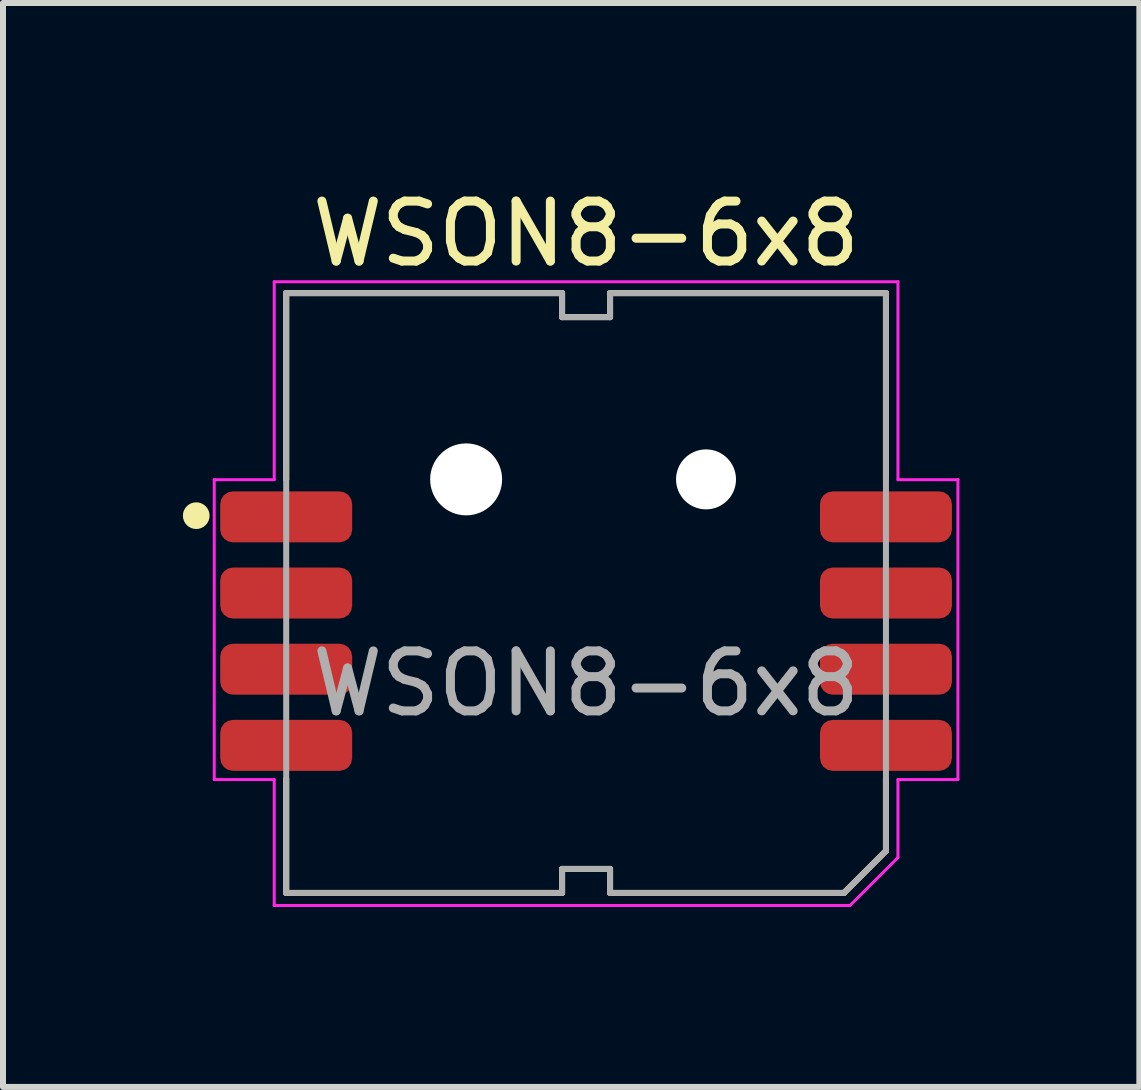
<source format=kicad_pcb>
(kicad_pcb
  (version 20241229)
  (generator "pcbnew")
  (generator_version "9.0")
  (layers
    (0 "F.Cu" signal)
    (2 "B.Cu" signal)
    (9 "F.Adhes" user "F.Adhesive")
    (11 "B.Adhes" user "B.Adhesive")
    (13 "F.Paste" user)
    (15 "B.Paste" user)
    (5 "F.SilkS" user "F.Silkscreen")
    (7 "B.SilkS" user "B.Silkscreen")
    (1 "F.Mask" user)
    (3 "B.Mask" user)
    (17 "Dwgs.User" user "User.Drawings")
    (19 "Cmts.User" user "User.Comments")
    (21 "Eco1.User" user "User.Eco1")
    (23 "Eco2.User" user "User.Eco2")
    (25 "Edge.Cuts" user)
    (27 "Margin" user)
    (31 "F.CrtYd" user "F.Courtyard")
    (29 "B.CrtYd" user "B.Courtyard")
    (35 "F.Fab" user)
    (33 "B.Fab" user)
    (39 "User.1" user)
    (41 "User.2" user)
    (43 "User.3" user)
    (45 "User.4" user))
  (footprint "WSON8-6x8"
    (layer "F.Cu")
    (at 6.722 6.848)
    (property "Reference" "WSON8-6x8" (at 0 -6 0) (unlocked yes) (layer "F.SilkS") (effects (font (size 1 1) (thickness 0.15))))
    (attr smd)
    (fp_line (start -5 -5.01) (end -5 -1.91) (stroke (width 0.1) (type default)) (layer "F.SilkS"))
    (fp_line (start -5 3.09) (end -5 4.99) (stroke (width 0.1) (type default)) (layer "F.SilkS"))
    (fp_line (start -5 4.99) (end -0.4 4.99) (stroke (width 0.1) (type default)) (layer "F.SilkS"))
    (fp_line (start -0.4 -5.01) (end -5 -5.01) (stroke (width 0.1) (type solid)) (layer "F.SilkS"))
    (fp_line (start -0.4 -5.01) (end -0.4 -4.61) (stroke (width 0.1) (type solid)) (layer "F.SilkS"))
    (fp_line (start -0.4 -4.61) (end 0.4 -4.61) (stroke (width 0.1) (type solid)) (layer "F.SilkS"))
    (fp_line (start -0.4 4.59) (end -0.4 4.99) (stroke (width 0.1) (type solid)) (layer "F.SilkS"))
    (fp_line (start 0.4 -5.01) (end 5 -5.01) (stroke (width 0.1) (type solid)) (layer "F.SilkS"))
    (fp_line (start 0.4 -4.61) (end 0.4 -5.01) (stroke (width 0.1) (type solid)) (layer "F.SilkS"))
    (fp_line (start 0.4 4.59) (end -0.4 4.59) (stroke (width 0.1) (type solid)) (layer "F.SilkS"))
    (fp_line (start 0.4 4.99) (end 0.4 4.59) (stroke (width 0.1) (type solid)) (layer "F.SilkS"))
    (fp_line (start 0.4 4.99) (end 4.3 4.99) (stroke (width 0.1) (type default)) (layer "F.SilkS"))
    (fp_line (start 4.3 4.99) (end 5 4.29) (stroke (width 0.1) (type default)) (layer "F.SilkS"))
    (fp_line (start 5 -5.01) (end 5 -1.91) (stroke (width 0.1) (type default)) (layer "F.SilkS"))
    (fp_line (start 5 4.29) (end 5 3.09) (stroke (width 0.1) (type default)) (layer "F.SilkS"))
    (fp_circle (center -6.5 -1.3) (end -6.378 -1.422) (stroke (width 0.1) (type solid)) (fill yes) (layer "F.SilkS"))
    (fp_line (start -6.2 -1.9) (end -5.2 -1.9) (stroke (width 0.05) (type default)) (layer "F.CrtYd"))
    (fp_line (start -6.2 3.1) (end -6.2 -1.9) (stroke (width 0.05) (type default)) (layer "F.CrtYd"))
    (fp_line (start -5.2 -5.2) (end 5.2 -5.2) (stroke (width 0.05) (type default)) (layer "F.CrtYd"))
    (fp_line (start -5.2 -1.9) (end -5.2 -5.2) (stroke (width 0.05) (type default)) (layer "F.CrtYd"))
    (fp_line (start -5.2 3.1) (end -6.2 3.1) (stroke (width 0.05) (type default)) (layer "F.CrtYd"))
    (fp_line (start -5.2 5.2) (end -5.2 3.1) (stroke (width 0.05) (type default)) (layer "F.CrtYd"))
    (fp_line (start 4.4 5.2) (end -5.2 5.2) (stroke (width 0.05) (type default)) (layer "F.CrtYd"))
    (fp_line (start 5.2 -5.2) (end 5.2 -1.9) (stroke (width 0.05) (type default)) (layer "F.CrtYd"))
    (fp_line (start 5.2 -1.9) (end 6.2 -1.9) (stroke (width 0.05) (type default)) (layer "F.CrtYd"))
    (fp_line (start 5.2 3.1) (end 5.2 4.4) (stroke (width 0.05) (type default)) (layer "F.CrtYd"))
    (fp_line (start 5.2 4.4) (end 4.4 5.2) (stroke (width 0.05) (type default)) (layer "F.CrtYd"))
    (fp_line (start 6.2 -1.9) (end 6.2 3.1) (stroke (width 0.05) (type default)) (layer "F.CrtYd"))
    (fp_line (start 6.2 3.1) (end 5.2 3.1) (stroke (width 0.05) (type default)) (layer "F.CrtYd"))
    (fp_line (start -5 -5.01) (end -5 -1.91) (stroke (width 0.1) (type default)) (layer "F.Fab"))
    (fp_line (start -5 -1.91) (end -5 3.09) (stroke (width 0.1) (type default)) (layer "F.Fab"))
    (fp_line (start -5 3.09) (end -5 4.99) (stroke (width 0.1) (type default)) (layer "F.Fab"))
    (fp_line (start -5 4.99) (end -0.4 4.99) (stroke (width 0.1) (type default)) (layer "F.Fab"))
    (fp_line (start -0.4 -5.01) (end -5 -5.01) (stroke (width 0.1) (type solid)) (layer "F.Fab"))
    (fp_line (start -0.4 -5.01) (end -0.4 -4.61) (stroke (width 0.1) (type solid)) (layer "F.Fab"))
    (fp_line (start -0.4 -4.61) (end 0.4 -4.61) (stroke (width 0.1) (type solid)) (layer "F.Fab"))
    (fp_line (start -0.4 4.59) (end -0.4 4.99) (stroke (width 0.1) (type solid)) (layer "F.Fab"))
    (fp_line (start 0.4 -5.01) (end 5 -5.01) (stroke (width 0.1) (type solid)) (layer "F.Fab"))
    (fp_line (start 0.4 -4.61) (end 0.4 -5.01) (stroke (width 0.1) (type solid)) (layer "F.Fab"))
    (fp_line (start 0.4 4.59) (end -0.4 4.59) (stroke (width 0.1) (type solid)) (layer "F.Fab"))
    (fp_line (start 0.4 4.99) (end 0.4 4.59) (stroke (width 0.1) (type solid)) (layer "F.Fab"))
    (fp_line (start 0.4 4.99) (end 4.3 4.99) (stroke (width 0.1) (type default)) (layer "F.Fab"))
    (fp_line (start 4.3 4.99) (end 5 4.29) (stroke (width 0.1) (type default)) (layer "F.Fab"))
    (fp_line (start 5 -5.01) (end 5 -1.91) (stroke (width 0.1) (type default)) (layer "F.Fab"))
    (fp_line (start 5 -1.91) (end 5 3.09) (stroke (width 0.1) (type default)) (layer "F.Fab"))
    (fp_line (start 5 4.29) (end 5 3.09) (stroke (width 0.1) (type default)) (layer "F.Fab"))
    (fp_text user "${REFERENCE}" (at 0 1.5 0) (unlocked yes) (layer "F.Fab") (effects (font (size 1 1) (thickness 0.15))))
    (pad "" np_thru_hole circle (at -2 -1.905) (size 1.2 1.2) (drill 1.2) (layers "*.Cu" "*.Mask"))
    (pad "" np_thru_hole circle (at 2 -1.905) (size 1 1) (drill 1) (layers "*.Cu" "*.Mask"))
    (pad "1" smd roundrect (at -5 -1.28) (size 2.2 0.85) (layers "F.Cu" "F.Mask" "F.Paste") (roundrect_rratio 0.25))
    (pad "2" smd roundrect (at -5 -0.01) (size 2.2 0.85) (layers "F.Cu" "F.Mask" "F.Paste") (roundrect_rratio 0.25))
    (pad "3" smd roundrect (at -5 1.26) (size 2.2 0.85) (layers "F.Cu" "F.Mask" "F.Paste") (roundrect_rratio 0.25))
    (pad "4" smd roundrect (at -5 2.53) (size 2.2 0.85) (layers "F.Cu" "F.Mask" "F.Paste") (roundrect_rratio 0.25))
    (pad "5" smd roundrect (at 5 2.53) (size 2.2 0.85) (layers "F.Cu" "F.Mask" "F.Paste") (roundrect_rratio 0.25))
    (pad "6" smd roundrect (at 5 1.26) (size 2.2 0.85) (layers "F.Cu" "F.Mask" "F.Paste") (roundrect_rratio 0.25))
    (pad "7" smd roundrect (at 5 -0.01) (size 2.2 0.85) (layers "F.Cu" "F.Mask" "F.Paste") (roundrect_rratio 0.25))
    (pad "8" smd roundrect (at 5 -1.28) (size 2.2 0.85) (layers "F.Cu" "F.Mask" "F.Paste") (roundrect_rratio 0.25)))
  (gr_rect
    (start -3 -3)
    (end 15.947 15.073)
    (stroke (width 0.1) (type default))
    (fill no)
    (layer "Edge.Cuts")))
</source>
